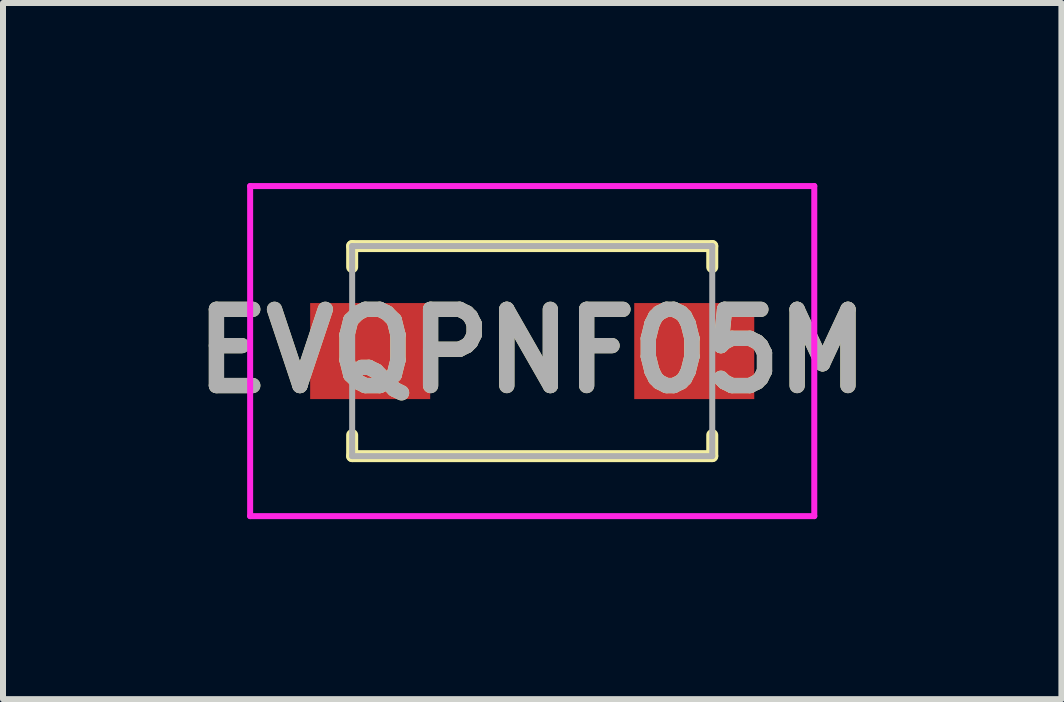
<source format=kicad_pcb>
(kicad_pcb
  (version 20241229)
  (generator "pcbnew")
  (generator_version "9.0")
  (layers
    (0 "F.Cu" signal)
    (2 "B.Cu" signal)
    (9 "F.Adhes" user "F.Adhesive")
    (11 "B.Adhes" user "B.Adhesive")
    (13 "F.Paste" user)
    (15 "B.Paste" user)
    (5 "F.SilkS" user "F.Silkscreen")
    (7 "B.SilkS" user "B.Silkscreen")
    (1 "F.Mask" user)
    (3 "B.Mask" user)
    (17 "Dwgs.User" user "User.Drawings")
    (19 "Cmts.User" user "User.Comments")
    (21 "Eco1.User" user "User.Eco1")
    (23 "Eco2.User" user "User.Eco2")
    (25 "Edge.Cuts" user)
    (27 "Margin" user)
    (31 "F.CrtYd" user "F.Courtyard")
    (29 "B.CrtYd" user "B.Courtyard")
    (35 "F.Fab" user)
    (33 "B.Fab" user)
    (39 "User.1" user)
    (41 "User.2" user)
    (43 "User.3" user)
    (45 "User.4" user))
  (footprint "EVQPNF05M"
    (layer "F.Cu")
    (at 5.818 2.8)
    (property "Reference" "EVQPNF05M" (at 0 0 0) (layer "F.SilkS") (effects (font (size 1.27 1.27) (thickness 0.254))))
    (attr smd)
    (fp_line (start -4.2 -0.2) (end -4.2 -0.2) (stroke (width 0.1) (type solid)) (layer "F.SilkS"))
    (fp_line (start -4.1 -0.2) (end -4.1 -0.2) (stroke (width 0.1) (type solid)) (layer "F.SilkS"))
    (fp_line (start -3 -1.75) (end 3 -1.75) (stroke (width 0.2) (type solid)) (layer "F.SilkS"))
    (fp_line (start -3 -1.4) (end -3 -1.75) (stroke (width 0.2) (type solid)) (layer "F.SilkS"))
    (fp_line (start -3 1.4) (end -3 1.75) (stroke (width 0.2) (type solid)) (layer "F.SilkS"))
    (fp_line (start -3 1.75) (end 3 1.75) (stroke (width 0.2) (type solid)) (layer "F.SilkS"))
    (fp_line (start 3 -1.75) (end 3 -1.4) (stroke (width 0.2) (type solid)) (layer "F.SilkS"))
    (fp_line (start 3 1.75) (end 3 1.4) (stroke (width 0.2) (type solid)) (layer "F.SilkS"))
    (fp_arc (start -4.2 -0.2) (mid -4.15 -0.25) (end -4.1 -0.2) (stroke (width 0.1) (type solid)) (layer "F.SilkS"))
    (fp_arc (start -4.1 -0.2) (mid -4.15 -0.15) (end -4.2 -0.2) (stroke (width 0.1) (type solid)) (layer "F.SilkS"))
    (fp_line (start -4.7 -2.75) (end 4.7 -2.75) (stroke (width 0.1) (type solid)) (layer "F.CrtYd"))
    (fp_line (start -4.7 2.75) (end -4.7 -2.75) (stroke (width 0.1) (type solid)) (layer "F.CrtYd"))
    (fp_line (start 4.7 -2.75) (end 4.7 2.75) (stroke (width 0.1) (type solid)) (layer "F.CrtYd"))
    (fp_line (start 4.7 2.75) (end -4.7 2.75) (stroke (width 0.1) (type solid)) (layer "F.CrtYd"))
    (fp_line (start -3 -1.75) (end 3 -1.75) (stroke (width 0.1) (type solid)) (layer "F.Fab"))
    (fp_line (start -3 1.75) (end -3 -1.75) (stroke (width 0.1) (type solid)) (layer "F.Fab"))
    (fp_line (start 3 -1.75) (end 3 1.75) (stroke (width 0.1) (type solid)) (layer "F.Fab"))
    (fp_line (start 3 1.75) (end -3 1.75) (stroke (width 0.1) (type solid)) (layer "F.Fab"))
    (fp_text user "${REFERENCE}" (at 0 0 0) (layer "F.Fab") (effects (font (size 1.27 1.27) (thickness 0.254))))
    (pad "1" smd rect (at -2.7 0 90) (size 1.6 2) (layers "F.Cu" "F.Mask" "F.Paste"))
    (pad "2" smd rect (at 2.7 0 90) (size 1.6 2) (layers "F.Cu" "F.Mask" "F.Paste")))
  (gr_rect
    (start -3 -3)
    (end 14.636 8.6)
    (stroke (width 0.1) (type default))
    (fill no)
    (layer "Edge.Cuts")))
</source>
